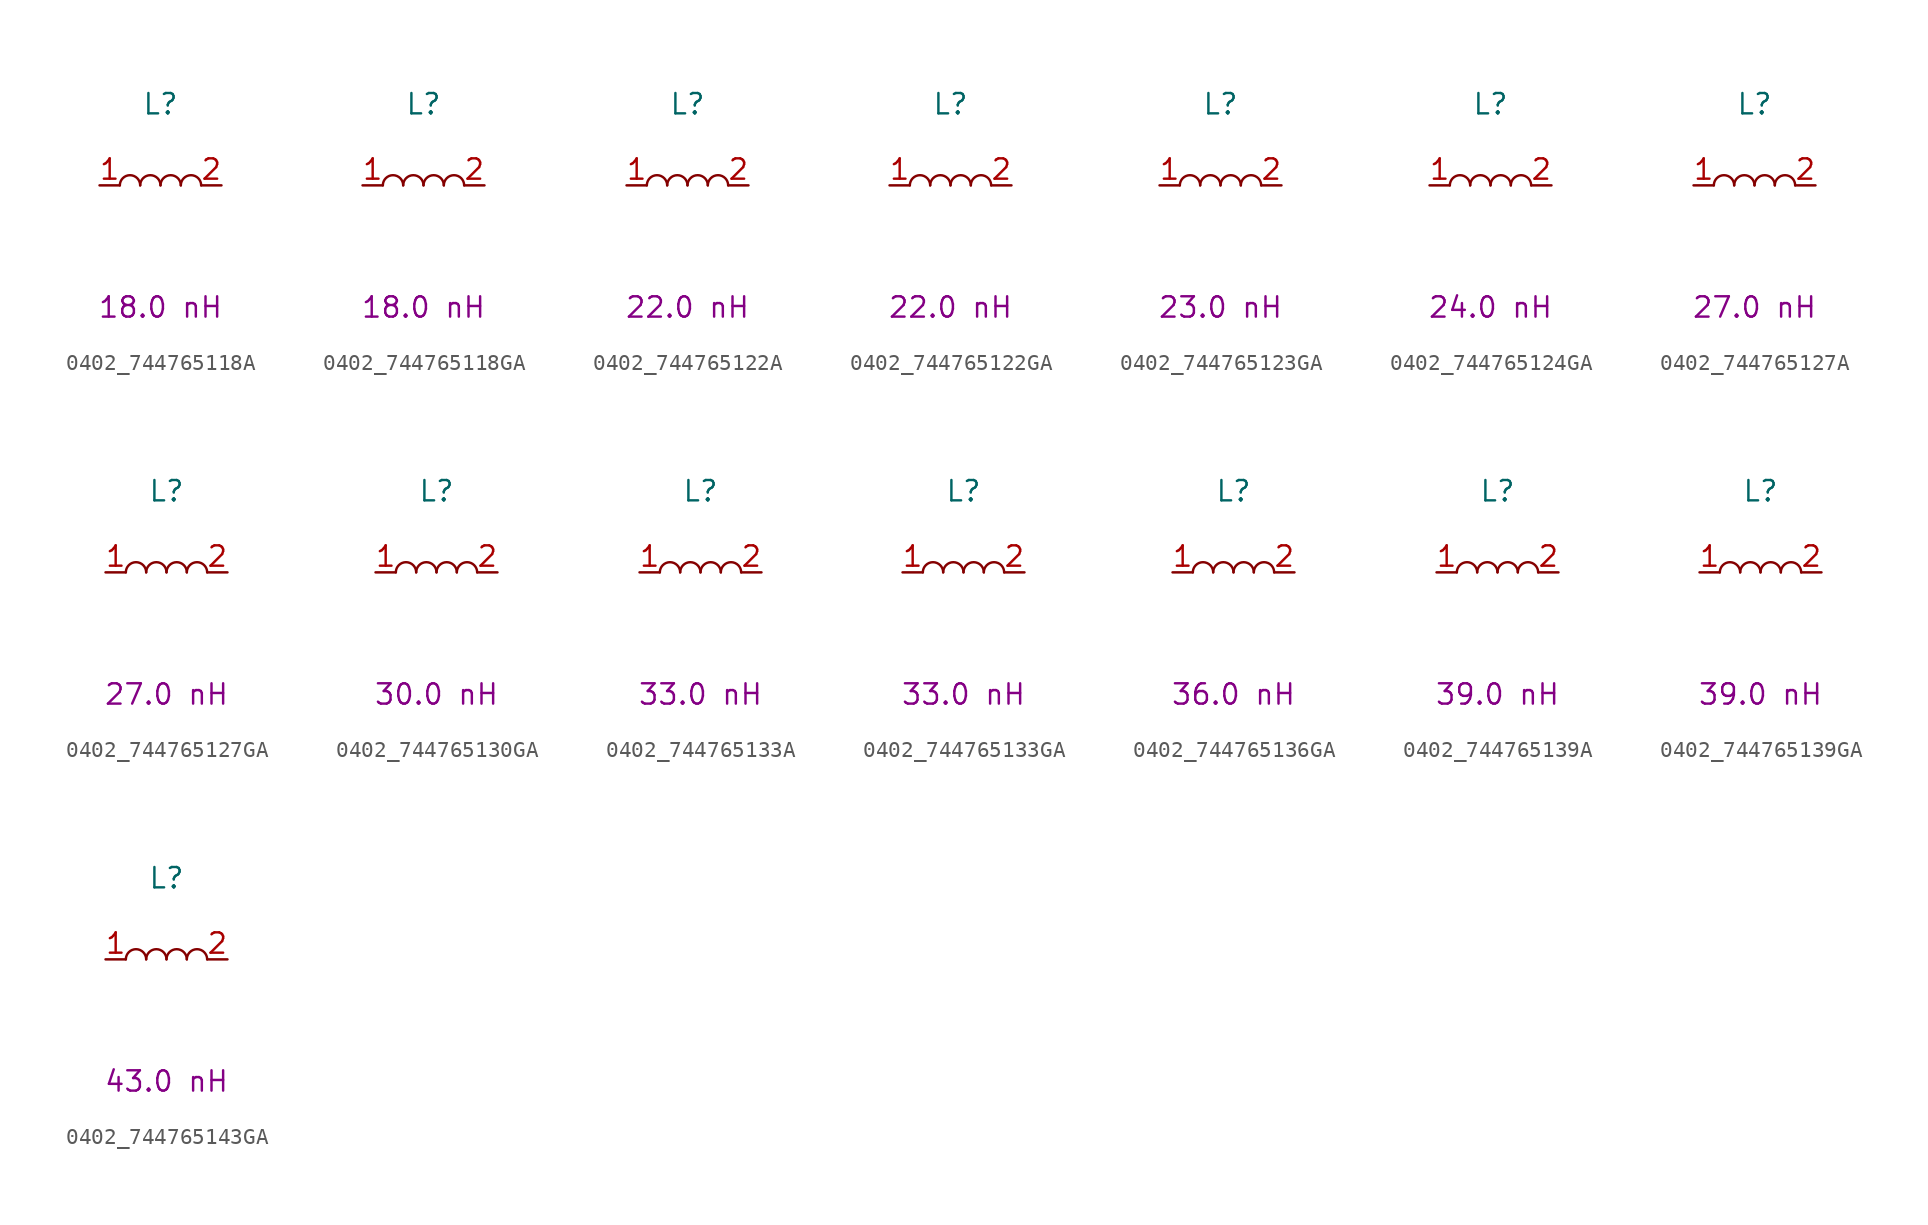
<source format=kicad_sym>
(kicad_symbol_lib
  (version 20220914)
  (generator kicad_symbol_editor)
  (symbol "0402_744765118A"
    (pin_names hide)
    (property "Reference" "L"
      (at 0 5.08 0)
      (effects (font (size 1.27 1.27))))
    (property "Critical Parameter" "18.0 nH"
      (at 0 -7.62 0)
      (effects (font (size 1.27 1.27))))
    (symbol "0402_744765118A_0_1"
      (arc (start -1.27 0) (mid -1.905 0.6323) (end -2.54 0) (stroke (width 0) (type default)) (fill (type none)))
      (arc (start 0 0) (mid -0.635 0.6323) (end -1.27 0) (stroke (width 0) (type default)) (fill (type none)))
      (arc (start 1.27 0) (mid 0.635 0.6323) (end 0 0) (stroke (width 0) (type default)) (fill (type none)))
      (arc (start 2.54 0) (mid 1.905 0.6323) (end 1.27 0) (stroke (width 0) (type default)) (fill (type none))))
    (symbol "0402_744765118A_1_1"
      (pin passive line (at -3.81 0 0) (length 1.27) (name "1" (effects (font (size 1.27 1.27)))) (number "1" (effects (font (size 1.27 1.27)))))
      (pin passive line (at 3.81 0 180) (length 1.27) (name "2" (effects (font (size 1.27 1.27)))) (number "2" (effects (font (size 1.27 1.27)))))))
  (symbol "0402_744765118GA"
    (pin_names hide)
    (property "Reference" "L"
      (at 0 5.08 0)
      (effects (font (size 1.27 1.27))))
    (property "Critical Parameter" "18.0 nH"
      (at 0 -7.62 0)
      (effects (font (size 1.27 1.27))))
    (symbol "0402_744765118GA_0_1"
      (arc (start -1.27 0) (mid -1.905 0.6323) (end -2.54 0) (stroke (width 0) (type default)) (fill (type none)))
      (arc (start 0 0) (mid -0.635 0.6323) (end -1.27 0) (stroke (width 0) (type default)) (fill (type none)))
      (arc (start 1.27 0) (mid 0.635 0.6323) (end 0 0) (stroke (width 0) (type default)) (fill (type none)))
      (arc (start 2.54 0) (mid 1.905 0.6323) (end 1.27 0) (stroke (width 0) (type default)) (fill (type none))))
    (symbol "0402_744765118GA_1_1"
      (pin passive line (at -3.81 0 0) (length 1.27) (name "1" (effects (font (size 1.27 1.27)))) (number "1" (effects (font (size 1.27 1.27)))))
      (pin passive line (at 3.81 0 180) (length 1.27) (name "2" (effects (font (size 1.27 1.27)))) (number "2" (effects (font (size 1.27 1.27)))))))
  (symbol "0402_744765122A"
    (pin_names hide)
    (property "Reference" "L"
      (at 0 5.08 0)
      (effects (font (size 1.27 1.27))))
    (property "Critical Parameter" "22.0 nH"
      (at 0 -7.62 0)
      (effects (font (size 1.27 1.27))))
    (symbol "0402_744765122A_0_1"
      (arc (start -1.27 0) (mid -1.905 0.6323) (end -2.54 0) (stroke (width 0) (type default)) (fill (type none)))
      (arc (start 0 0) (mid -0.635 0.6323) (end -1.27 0) (stroke (width 0) (type default)) (fill (type none)))
      (arc (start 1.27 0) (mid 0.635 0.6323) (end 0 0) (stroke (width 0) (type default)) (fill (type none)))
      (arc (start 2.54 0) (mid 1.905 0.6323) (end 1.27 0) (stroke (width 0) (type default)) (fill (type none))))
    (symbol "0402_744765122A_1_1"
      (pin passive line (at -3.81 0 0) (length 1.27) (name "1" (effects (font (size 1.27 1.27)))) (number "1" (effects (font (size 1.27 1.27)))))
      (pin passive line (at 3.81 0 180) (length 1.27) (name "2" (effects (font (size 1.27 1.27)))) (number "2" (effects (font (size 1.27 1.27)))))))
  (symbol "0402_744765122GA"
    (pin_names hide)
    (property "Reference" "L"
      (at 0 5.08 0)
      (effects (font (size 1.27 1.27))))
    (property "Critical Parameter" "22.0 nH"
      (at 0 -7.62 0)
      (effects (font (size 1.27 1.27))))
    (symbol "0402_744765122GA_0_1"
      (arc (start -1.27 0) (mid -1.905 0.6323) (end -2.54 0) (stroke (width 0) (type default)) (fill (type none)))
      (arc (start 0 0) (mid -0.635 0.6323) (end -1.27 0) (stroke (width 0) (type default)) (fill (type none)))
      (arc (start 1.27 0) (mid 0.635 0.6323) (end 0 0) (stroke (width 0) (type default)) (fill (type none)))
      (arc (start 2.54 0) (mid 1.905 0.6323) (end 1.27 0) (stroke (width 0) (type default)) (fill (type none))))
    (symbol "0402_744765122GA_1_1"
      (pin passive line (at -3.81 0 0) (length 1.27) (name "1" (effects (font (size 1.27 1.27)))) (number "1" (effects (font (size 1.27 1.27)))))
      (pin passive line (at 3.81 0 180) (length 1.27) (name "2" (effects (font (size 1.27 1.27)))) (number "2" (effects (font (size 1.27 1.27)))))))
  (symbol "0402_744765123GA"
    (pin_names hide)
    (property "Reference" "L"
      (at 0 5.08 0)
      (effects (font (size 1.27 1.27))))
    (property "Critical Parameter" "23.0 nH"
      (at 0 -7.62 0)
      (effects (font (size 1.27 1.27))))
    (symbol "0402_744765123GA_0_1"
      (arc (start -1.27 0) (mid -1.905 0.6323) (end -2.54 0) (stroke (width 0) (type default)) (fill (type none)))
      (arc (start 0 0) (mid -0.635 0.6323) (end -1.27 0) (stroke (width 0) (type default)) (fill (type none)))
      (arc (start 1.27 0) (mid 0.635 0.6323) (end 0 0) (stroke (width 0) (type default)) (fill (type none)))
      (arc (start 2.54 0) (mid 1.905 0.6323) (end 1.27 0) (stroke (width 0) (type default)) (fill (type none))))
    (symbol "0402_744765123GA_1_1"
      (pin passive line (at -3.81 0 0) (length 1.27) (name "1" (effects (font (size 1.27 1.27)))) (number "1" (effects (font (size 1.27 1.27)))))
      (pin passive line (at 3.81 0 180) (length 1.27) (name "2" (effects (font (size 1.27 1.27)))) (number "2" (effects (font (size 1.27 1.27)))))))
  (symbol "0402_744765124GA"
    (pin_names hide)
    (property "Reference" "L"
      (at 0 5.08 0)
      (effects (font (size 1.27 1.27))))
    (property "Critical Parameter" "24.0 nH"
      (at 0 -7.62 0)
      (effects (font (size 1.27 1.27))))
    (symbol "0402_744765124GA_0_1"
      (arc (start -1.27 0) (mid -1.905 0.6323) (end -2.54 0) (stroke (width 0) (type default)) (fill (type none)))
      (arc (start 0 0) (mid -0.635 0.6323) (end -1.27 0) (stroke (width 0) (type default)) (fill (type none)))
      (arc (start 1.27 0) (mid 0.635 0.6323) (end 0 0) (stroke (width 0) (type default)) (fill (type none)))
      (arc (start 2.54 0) (mid 1.905 0.6323) (end 1.27 0) (stroke (width 0) (type default)) (fill (type none))))
    (symbol "0402_744765124GA_1_1"
      (pin passive line (at -3.81 0 0) (length 1.27) (name "1" (effects (font (size 1.27 1.27)))) (number "1" (effects (font (size 1.27 1.27)))))
      (pin passive line (at 3.81 0 180) (length 1.27) (name "2" (effects (font (size 1.27 1.27)))) (number "2" (effects (font (size 1.27 1.27)))))))
  (symbol "0402_744765127A"
    (pin_names hide)
    (property "Reference" "L"
      (at 0 5.08 0)
      (effects (font (size 1.27 1.27))))
    (property "Critical Parameter" "27.0 nH"
      (at 0 -7.62 0)
      (effects (font (size 1.27 1.27))))
    (symbol "0402_744765127A_0_1"
      (arc (start -1.27 0) (mid -1.905 0.6323) (end -2.54 0) (stroke (width 0) (type default)) (fill (type none)))
      (arc (start 0 0) (mid -0.635 0.6323) (end -1.27 0) (stroke (width 0) (type default)) (fill (type none)))
      (arc (start 1.27 0) (mid 0.635 0.6323) (end 0 0) (stroke (width 0) (type default)) (fill (type none)))
      (arc (start 2.54 0) (mid 1.905 0.6323) (end 1.27 0) (stroke (width 0) (type default)) (fill (type none))))
    (symbol "0402_744765127A_1_1"
      (pin passive line (at -3.81 0 0) (length 1.27) (name "1" (effects (font (size 1.27 1.27)))) (number "1" (effects (font (size 1.27 1.27)))))
      (pin passive line (at 3.81 0 180) (length 1.27) (name "2" (effects (font (size 1.27 1.27)))) (number "2" (effects (font (size 1.27 1.27)))))))
  (symbol "0402_744765127GA"
    (pin_names hide)
    (property "Reference" "L"
      (at 0 5.08 0)
      (effects (font (size 1.27 1.27))))
    (property "Critical Parameter" "27.0 nH"
      (at 0 -7.62 0)
      (effects (font (size 1.27 1.27))))
    (symbol "0402_744765127GA_0_1"
      (arc (start -1.27 0) (mid -1.905 0.6323) (end -2.54 0) (stroke (width 0) (type default)) (fill (type none)))
      (arc (start 0 0) (mid -0.635 0.6323) (end -1.27 0) (stroke (width 0) (type default)) (fill (type none)))
      (arc (start 1.27 0) (mid 0.635 0.6323) (end 0 0) (stroke (width 0) (type default)) (fill (type none)))
      (arc (start 2.54 0) (mid 1.905 0.6323) (end 1.27 0) (stroke (width 0) (type default)) (fill (type none))))
    (symbol "0402_744765127GA_1_1"
      (pin passive line (at -3.81 0 0) (length 1.27) (name "1" (effects (font (size 1.27 1.27)))) (number "1" (effects (font (size 1.27 1.27)))))
      (pin passive line (at 3.81 0 180) (length 1.27) (name "2" (effects (font (size 1.27 1.27)))) (number "2" (effects (font (size 1.27 1.27)))))))
  (symbol "0402_744765130GA"
    (pin_names hide)
    (property "Reference" "L"
      (at 0 5.08 0)
      (effects (font (size 1.27 1.27))))
    (property "Critical Parameter" "30.0 nH"
      (at 0 -7.62 0)
      (effects (font (size 1.27 1.27))))
    (symbol "0402_744765130GA_0_1"
      (arc (start -1.27 0) (mid -1.905 0.6323) (end -2.54 0) (stroke (width 0) (type default)) (fill (type none)))
      (arc (start 0 0) (mid -0.635 0.6323) (end -1.27 0) (stroke (width 0) (type default)) (fill (type none)))
      (arc (start 1.27 0) (mid 0.635 0.6323) (end 0 0) (stroke (width 0) (type default)) (fill (type none)))
      (arc (start 2.54 0) (mid 1.905 0.6323) (end 1.27 0) (stroke (width 0) (type default)) (fill (type none))))
    (symbol "0402_744765130GA_1_1"
      (pin passive line (at -3.81 0 0) (length 1.27) (name "1" (effects (font (size 1.27 1.27)))) (number "1" (effects (font (size 1.27 1.27)))))
      (pin passive line (at 3.81 0 180) (length 1.27) (name "2" (effects (font (size 1.27 1.27)))) (number "2" (effects (font (size 1.27 1.27)))))))
  (symbol "0402_744765133A"
    (pin_names hide)
    (property "Reference" "L"
      (at 0 5.08 0)
      (effects (font (size 1.27 1.27))))
    (property "Critical Parameter" "33.0 nH"
      (at 0 -7.62 0)
      (effects (font (size 1.27 1.27))))
    (symbol "0402_744765133A_0_1"
      (arc (start -1.27 0) (mid -1.905 0.6323) (end -2.54 0) (stroke (width 0) (type default)) (fill (type none)))
      (arc (start 0 0) (mid -0.635 0.6323) (end -1.27 0) (stroke (width 0) (type default)) (fill (type none)))
      (arc (start 1.27 0) (mid 0.635 0.6323) (end 0 0) (stroke (width 0) (type default)) (fill (type none)))
      (arc (start 2.54 0) (mid 1.905 0.6323) (end 1.27 0) (stroke (width 0) (type default)) (fill (type none))))
    (symbol "0402_744765133A_1_1"
      (pin passive line (at -3.81 0 0) (length 1.27) (name "1" (effects (font (size 1.27 1.27)))) (number "1" (effects (font (size 1.27 1.27)))))
      (pin passive line (at 3.81 0 180) (length 1.27) (name "2" (effects (font (size 1.27 1.27)))) (number "2" (effects (font (size 1.27 1.27)))))))
  (symbol "0402_744765133GA"
    (pin_names hide)
    (property "Reference" "L"
      (at 0 5.08 0)
      (effects (font (size 1.27 1.27))))
    (property "Critical Parameter" "33.0 nH"
      (at 0 -7.62 0)
      (effects (font (size 1.27 1.27))))
    (symbol "0402_744765133GA_0_1"
      (arc (start -1.27 0) (mid -1.905 0.6323) (end -2.54 0) (stroke (width 0) (type default)) (fill (type none)))
      (arc (start 0 0) (mid -0.635 0.6323) (end -1.27 0) (stroke (width 0) (type default)) (fill (type none)))
      (arc (start 1.27 0) (mid 0.635 0.6323) (end 0 0) (stroke (width 0) (type default)) (fill (type none)))
      (arc (start 2.54 0) (mid 1.905 0.6323) (end 1.27 0) (stroke (width 0) (type default)) (fill (type none))))
    (symbol "0402_744765133GA_1_1"
      (pin passive line (at -3.81 0 0) (length 1.27) (name "1" (effects (font (size 1.27 1.27)))) (number "1" (effects (font (size 1.27 1.27)))))
      (pin passive line (at 3.81 0 180) (length 1.27) (name "2" (effects (font (size 1.27 1.27)))) (number "2" (effects (font (size 1.27 1.27)))))))
  (symbol "0402_744765136GA"
    (pin_names hide)
    (property "Reference" "L"
      (at 0 5.08 0)
      (effects (font (size 1.27 1.27))))
    (property "Critical Parameter" "36.0 nH"
      (at 0 -7.62 0)
      (effects (font (size 1.27 1.27))))
    (symbol "0402_744765136GA_0_1"
      (arc (start -1.27 0) (mid -1.905 0.6323) (end -2.54 0) (stroke (width 0) (type default)) (fill (type none)))
      (arc (start 0 0) (mid -0.635 0.6323) (end -1.27 0) (stroke (width 0) (type default)) (fill (type none)))
      (arc (start 1.27 0) (mid 0.635 0.6323) (end 0 0) (stroke (width 0) (type default)) (fill (type none)))
      (arc (start 2.54 0) (mid 1.905 0.6323) (end 1.27 0) (stroke (width 0) (type default)) (fill (type none))))
    (symbol "0402_744765136GA_1_1"
      (pin passive line (at -3.81 0 0) (length 1.27) (name "1" (effects (font (size 1.27 1.27)))) (number "1" (effects (font (size 1.27 1.27)))))
      (pin passive line (at 3.81 0 180) (length 1.27) (name "2" (effects (font (size 1.27 1.27)))) (number "2" (effects (font (size 1.27 1.27)))))))
  (symbol "0402_744765139A"
    (pin_names hide)
    (property "Reference" "L"
      (at 0 5.08 0)
      (effects (font (size 1.27 1.27))))
    (property "Critical Parameter" "39.0 nH"
      (at 0 -7.62 0)
      (effects (font (size 1.27 1.27))))
    (symbol "0402_744765139A_0_1"
      (arc (start -1.27 0) (mid -1.905 0.6323) (end -2.54 0) (stroke (width 0) (type default)) (fill (type none)))
      (arc (start 0 0) (mid -0.635 0.6323) (end -1.27 0) (stroke (width 0) (type default)) (fill (type none)))
      (arc (start 1.27 0) (mid 0.635 0.6323) (end 0 0) (stroke (width 0) (type default)) (fill (type none)))
      (arc (start 2.54 0) (mid 1.905 0.6323) (end 1.27 0) (stroke (width 0) (type default)) (fill (type none))))
    (symbol "0402_744765139A_1_1"
      (pin passive line (at -3.81 0 0) (length 1.27) (name "1" (effects (font (size 1.27 1.27)))) (number "1" (effects (font (size 1.27 1.27)))))
      (pin passive line (at 3.81 0 180) (length 1.27) (name "2" (effects (font (size 1.27 1.27)))) (number "2" (effects (font (size 1.27 1.27)))))))
  (symbol "0402_744765139GA"
    (pin_names hide)
    (property "Reference" "L"
      (at 0 5.08 0)
      (effects (font (size 1.27 1.27))))
    (property "Critical Parameter" "39.0 nH"
      (at 0 -7.62 0)
      (effects (font (size 1.27 1.27))))
    (symbol "0402_744765139GA_0_1"
      (arc (start -1.27 0) (mid -1.905 0.6323) (end -2.54 0) (stroke (width 0) (type default)) (fill (type none)))
      (arc (start 0 0) (mid -0.635 0.6323) (end -1.27 0) (stroke (width 0) (type default)) (fill (type none)))
      (arc (start 1.27 0) (mid 0.635 0.6323) (end 0 0) (stroke (width 0) (type default)) (fill (type none)))
      (arc (start 2.54 0) (mid 1.905 0.6323) (end 1.27 0) (stroke (width 0) (type default)) (fill (type none))))
    (symbol "0402_744765139GA_1_1"
      (pin passive line (at -3.81 0 0) (length 1.27) (name "1" (effects (font (size 1.27 1.27)))) (number "1" (effects (font (size 1.27 1.27)))))
      (pin passive line (at 3.81 0 180) (length 1.27) (name "2" (effects (font (size 1.27 1.27)))) (number "2" (effects (font (size 1.27 1.27)))))))
  (symbol "0402_744765143GA"
    (pin_names hide)
    (property "Reference" "L"
      (at 0 5.08 0)
      (effects (font (size 1.27 1.27))))
    (property "Critical Parameter" "43.0 nH"
      (at 0 -7.62 0)
      (effects (font (size 1.27 1.27))))
    (symbol "0402_744765143GA_0_1"
      (arc (start -1.27 0) (mid -1.905 0.6323) (end -2.54 0) (stroke (width 0) (type default)) (fill (type none)))
      (arc (start 0 0) (mid -0.635 0.6323) (end -1.27 0) (stroke (width 0) (type default)) (fill (type none)))
      (arc (start 1.27 0) (mid 0.635 0.6323) (end 0 0) (stroke (width 0) (type default)) (fill (type none)))
      (arc (start 2.54 0) (mid 1.905 0.6323) (end 1.27 0) (stroke (width 0) (type default)) (fill (type none))))
    (symbol "0402_744765143GA_1_1"
      (pin passive line (at -3.81 0 0) (length 1.27) (name "1" (effects (font (size 1.27 1.27)))) (number "1" (effects (font (size 1.27 1.27)))))
      (pin passive line (at 3.81 0 180) (length 1.27) (name "2" (effects (font (size 1.27 1.27)))) (number "2" (effects (font (size 1.27 1.27))))))))
</source>
